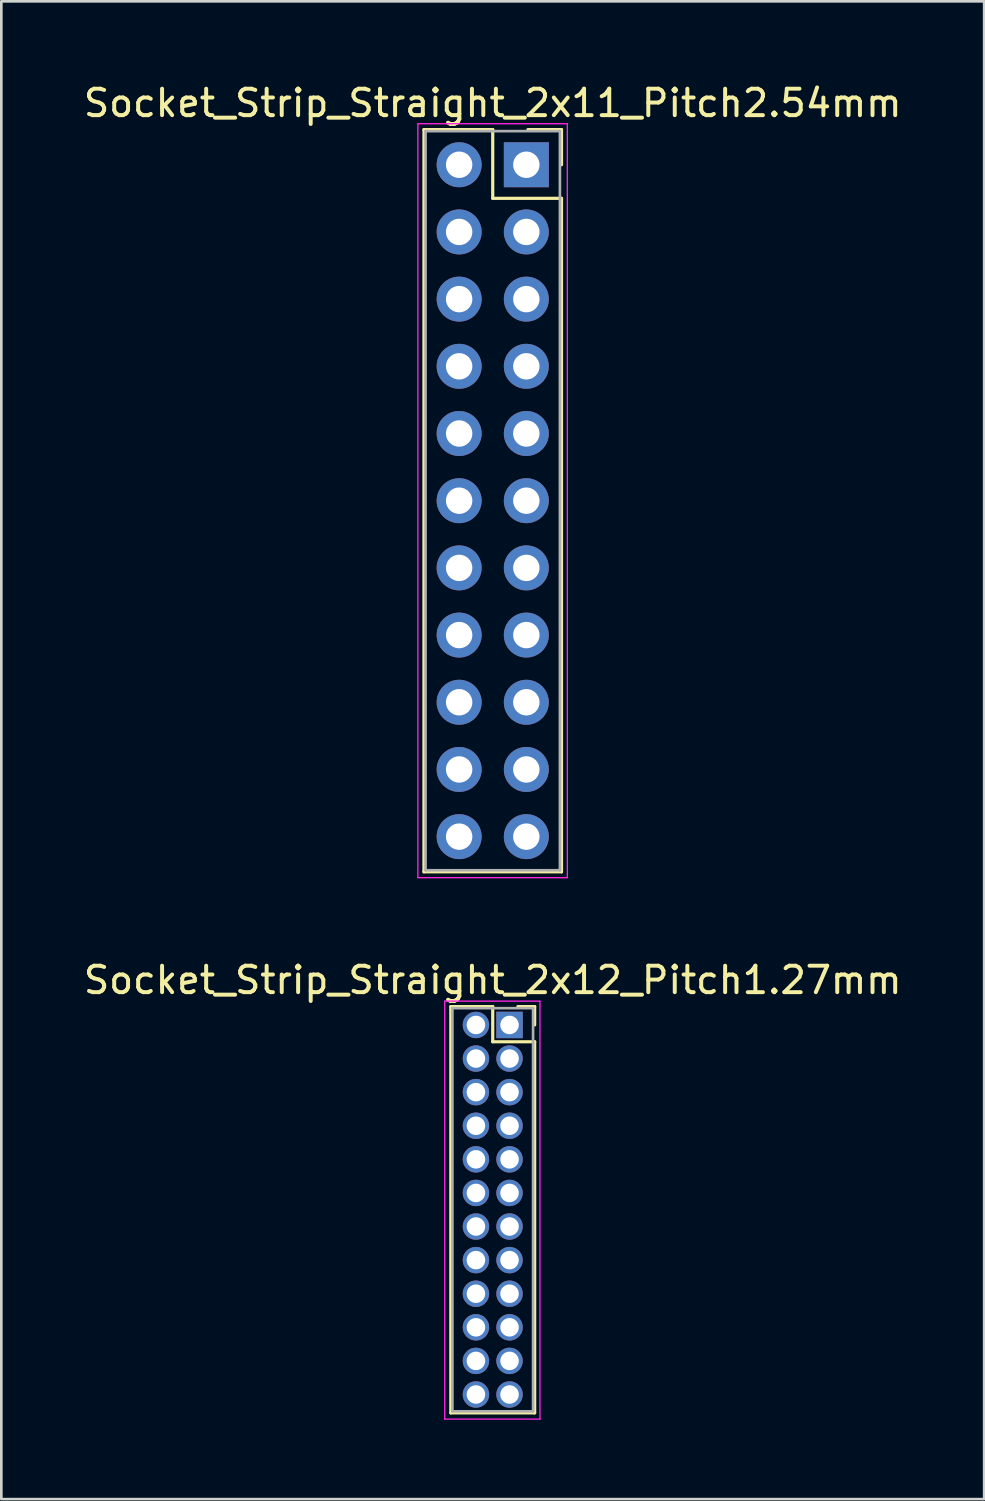
<source format=kicad_pcb>
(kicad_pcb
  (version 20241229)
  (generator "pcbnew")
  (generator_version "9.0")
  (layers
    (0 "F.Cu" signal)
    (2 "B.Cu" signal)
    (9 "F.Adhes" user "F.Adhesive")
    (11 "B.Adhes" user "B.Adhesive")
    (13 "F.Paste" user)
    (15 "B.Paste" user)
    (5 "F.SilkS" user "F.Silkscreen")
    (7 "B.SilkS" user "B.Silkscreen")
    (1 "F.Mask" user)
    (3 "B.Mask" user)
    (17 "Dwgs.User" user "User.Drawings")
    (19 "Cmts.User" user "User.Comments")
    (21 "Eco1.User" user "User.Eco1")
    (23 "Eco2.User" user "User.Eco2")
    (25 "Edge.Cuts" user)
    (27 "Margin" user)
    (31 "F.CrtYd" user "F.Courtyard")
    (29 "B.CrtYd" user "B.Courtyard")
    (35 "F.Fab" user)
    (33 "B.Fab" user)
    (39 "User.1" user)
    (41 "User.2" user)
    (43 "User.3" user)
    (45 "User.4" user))
  (footprint "Socket_Strip_Straight_2x11_Pitch2.54mm"
    (layer "F.Cu")
    (at 16.847 3.178)
    (property "Reference" "Socket_Strip_Straight_2x11_Pitch2.54mm" (at -1.27 -2.33 0) (layer "F.SilkS") (effects (font (size 1 1) (thickness 0.15))))
    (attr through_hole)
    (fp_line (start -3.87 -1.33) (end -1.27 -1.33) (stroke (width 0.12) (type solid)) (layer "F.SilkS"))
    (fp_line (start -3.87 26.73) (end -3.87 -1.33) (stroke (width 0.12) (type solid)) (layer "F.SilkS"))
    (fp_line (start -1.27 -1.33) (end -1.27 1.27) (stroke (width 0.12) (type solid)) (layer "F.SilkS"))
    (fp_line (start -1.27 1.27) (end 1.33 1.27) (stroke (width 0.12) (type solid)) (layer "F.SilkS"))
    (fp_line (start 1.33 -1.33) (end 0.06 -1.33) (stroke (width 0.12) (type solid)) (layer "F.SilkS"))
    (fp_line (start 1.33 0) (end 1.33 -1.33) (stroke (width 0.12) (type solid)) (layer "F.SilkS"))
    (fp_line (start 1.33 1.27) (end 1.33 26.73) (stroke (width 0.12) (type solid)) (layer "F.SilkS"))
    (fp_line (start 1.33 26.73) (end -3.87 26.73) (stroke (width 0.12) (type solid)) (layer "F.SilkS"))
    (fp_line (start -4.1 -1.55) (end -4.1 26.95) (stroke (width 0.05) (type solid)) (layer "F.CrtYd"))
    (fp_line (start -4.1 26.95) (end 1.55 26.95) (stroke (width 0.05) (type solid)) (layer "F.CrtYd"))
    (fp_line (start 1.55 -1.55) (end -4.1 -1.55) (stroke (width 0.05) (type solid)) (layer "F.CrtYd"))
    (fp_line (start 1.55 26.95) (end 1.55 -1.55) (stroke (width 0.05) (type solid)) (layer "F.CrtYd"))
    (fp_line (start -3.81 -1.27) (end -3.81 26.67) (stroke (width 0.1) (type solid)) (layer "F.Fab"))
    (fp_line (start -3.81 26.67) (end 1.27 26.67) (stroke (width 0.1) (type solid)) (layer "F.Fab"))
    (fp_line (start 1.27 -1.27) (end -3.81 -1.27) (stroke (width 0.1) (type solid)) (layer "F.Fab"))
    (fp_line (start 1.27 26.67) (end 1.27 -1.27) (stroke (width 0.1) (type solid)) (layer "F.Fab"))
    (pad "1" thru_hole rect (at 0 0) (size 1.7 1.7) (drill 1) (layers "*.Cu" "*.Mask"))
    (pad "2" thru_hole oval (at -2.54 0) (size 1.7 1.7) (drill 1) (layers "*.Cu" "*.Mask"))
    (pad "3" thru_hole oval (at 0 2.54) (size 1.7 1.7) (drill 1) (layers "*.Cu" "*.Mask"))
    (pad "4" thru_hole oval (at -2.54 2.54) (size 1.7 1.7) (drill 1) (layers "*.Cu" "*.Mask"))
    (pad "5" thru_hole oval (at 0 5.08) (size 1.7 1.7) (drill 1) (layers "*.Cu" "*.Mask"))
    (pad "6" thru_hole oval (at -2.54 5.08) (size 1.7 1.7) (drill 1) (layers "*.Cu" "*.Mask"))
    (pad "7" thru_hole oval (at 0 7.62) (size 1.7 1.7) (drill 1) (layers "*.Cu" "*.Mask"))
    (pad "8" thru_hole oval (at -2.54 7.62) (size 1.7 1.7) (drill 1) (layers "*.Cu" "*.Mask"))
    (pad "9" thru_hole oval (at 0 10.16) (size 1.7 1.7) (drill 1) (layers "*.Cu" "*.Mask"))
    (pad "10" thru_hole oval (at -2.54 10.16) (size 1.7 1.7) (drill 1) (layers "*.Cu" "*.Mask"))
    (pad "11" thru_hole oval (at 0 12.7) (size 1.7 1.7) (drill 1) (layers "*.Cu" "*.Mask"))
    (pad "12" thru_hole oval (at -2.54 12.7) (size 1.7 1.7) (drill 1) (layers "*.Cu" "*.Mask"))
    (pad "13" thru_hole oval (at 0 15.24) (size 1.7 1.7) (drill 1) (layers "*.Cu" "*.Mask"))
    (pad "14" thru_hole oval (at -2.54 15.24) (size 1.7 1.7) (drill 1) (layers "*.Cu" "*.Mask"))
    (pad "15" thru_hole oval (at 0 17.78) (size 1.7 1.7) (drill 1) (layers "*.Cu" "*.Mask"))
    (pad "16" thru_hole oval (at -2.54 17.78) (size 1.7 1.7) (drill 1) (layers "*.Cu" "*.Mask"))
    (pad "17" thru_hole oval (at 0 20.32) (size 1.7 1.7) (drill 1) (layers "*.Cu" "*.Mask"))
    (pad "18" thru_hole oval (at -2.54 20.32) (size 1.7 1.7) (drill 1) (layers "*.Cu" "*.Mask"))
    (pad "19" thru_hole oval (at 0 22.86) (size 1.7 1.7) (drill 1) (layers "*.Cu" "*.Mask"))
    (pad "20" thru_hole oval (at -2.54 22.86) (size 1.7 1.7) (drill 1) (layers "*.Cu" "*.Mask"))
    (pad "21" thru_hole oval (at 0 25.4) (size 1.7 1.7) (drill 1) (layers "*.Cu" "*.Mask"))
    (pad "22" thru_hole oval (at -2.54 25.4) (size 1.7 1.7) (drill 1) (layers "*.Cu" "*.Mask")))
  (footprint "Socket_Strip_Straight_2x12_Pitch1.27mm"
    (layer "F.Cu")
    (at 16.212 35.697)
    (property "Reference" "Socket_Strip_Straight_2x12_Pitch1.27mm" (at -0.635 -1.695 0) (layer "F.SilkS") (effects (font (size 1 1) (thickness 0.15))))
    (attr through_hole)
    (fp_line (start -2.22 -0.695) (end -0.635 -0.695) (stroke (width 0.12) (type solid)) (layer "F.SilkS"))
    (fp_line (start -2.22 14.665) (end -2.22 -0.695) (stroke (width 0.12) (type solid)) (layer "F.SilkS"))
    (fp_line (start -0.635 -0.695) (end -0.635 0.635) (stroke (width 0.12) (type solid)) (layer "F.SilkS"))
    (fp_line (start -0.635 0.635) (end 0.95 0.635) (stroke (width 0.12) (type solid)) (layer "F.SilkS"))
    (fp_line (start 0.95 -0.695) (end 0.315 -0.695) (stroke (width 0.12) (type solid)) (layer "F.SilkS"))
    (fp_line (start 0.95 0) (end 0.95 -0.695) (stroke (width 0.12) (type solid)) (layer "F.SilkS"))
    (fp_line (start 0.95 0.635) (end 0.95 14.665) (stroke (width 0.12) (type solid)) (layer "F.SilkS"))
    (fp_line (start 0.95 14.665) (end -2.22 14.665) (stroke (width 0.12) (type solid)) (layer "F.SilkS"))
    (fp_line (start -2.45 -0.9) (end -2.45 14.9) (stroke (width 0.05) (type solid)) (layer "F.CrtYd"))
    (fp_line (start -2.45 14.9) (end 1.15 14.9) (stroke (width 0.05) (type solid)) (layer "F.CrtYd"))
    (fp_line (start 1.15 -0.9) (end -2.45 -0.9) (stroke (width 0.05) (type solid)) (layer "F.CrtYd"))
    (fp_line (start 1.15 14.9) (end 1.15 -0.9) (stroke (width 0.05) (type solid)) (layer "F.CrtYd"))
    (fp_line (start -2.16 -0.635) (end -2.16 14.605) (stroke (width 0.1) (type solid)) (layer "F.Fab"))
    (fp_line (start -2.16 14.605) (end 0.89 14.605) (stroke (width 0.1) (type solid)) (layer "F.Fab"))
    (fp_line (start 0.89 -0.635) (end -2.16 -0.635) (stroke (width 0.1) (type solid)) (layer "F.Fab"))
    (fp_line (start 0.89 14.605) (end 0.89 -0.635) (stroke (width 0.1) (type solid)) (layer "F.Fab"))
    (pad "1" thru_hole rect (at 0 0) (size 1 1) (drill 0.7) (layers "*.Cu" "*.Mask"))
    (pad "2" thru_hole oval (at -1.27 0) (size 1 1) (drill 0.7) (layers "*.Cu" "*.Mask"))
    (pad "3" thru_hole oval (at 0 1.27) (size 1 1) (drill 0.7) (layers "*.Cu" "*.Mask"))
    (pad "4" thru_hole oval (at -1.27 1.27) (size 1 1) (drill 0.7) (layers "*.Cu" "*.Mask"))
    (pad "5" thru_hole oval (at 0 2.54) (size 1 1) (drill 0.7) (layers "*.Cu" "*.Mask"))
    (pad "6" thru_hole oval (at -1.27 2.54) (size 1 1) (drill 0.7) (layers "*.Cu" "*.Mask"))
    (pad "7" thru_hole oval (at 0 3.81) (size 1 1) (drill 0.7) (layers "*.Cu" "*.Mask"))
    (pad "8" thru_hole oval (at -1.27 3.81) (size 1 1) (drill 0.7) (layers "*.Cu" "*.Mask"))
    (pad "9" thru_hole oval (at 0 5.08) (size 1 1) (drill 0.7) (layers "*.Cu" "*.Mask"))
    (pad "10" thru_hole oval (at -1.27 5.08) (size 1 1) (drill 0.7) (layers "*.Cu" "*.Mask"))
    (pad "11" thru_hole oval (at 0 6.35) (size 1 1) (drill 0.7) (layers "*.Cu" "*.Mask"))
    (pad "12" thru_hole oval (at -1.27 6.35) (size 1 1) (drill 0.7) (layers "*.Cu" "*.Mask"))
    (pad "13" thru_hole oval (at 0 7.62) (size 1 1) (drill 0.7) (layers "*.Cu" "*.Mask"))
    (pad "14" thru_hole oval (at -1.27 7.62) (size 1 1) (drill 0.7) (layers "*.Cu" "*.Mask"))
    (pad "15" thru_hole oval (at 0 8.89) (size 1 1) (drill 0.7) (layers "*.Cu" "*.Mask"))
    (pad "16" thru_hole oval (at -1.27 8.89) (size 1 1) (drill 0.7) (layers "*.Cu" "*.Mask"))
    (pad "17" thru_hole oval (at 0 10.16) (size 1 1) (drill 0.7) (layers "*.Cu" "*.Mask"))
    (pad "18" thru_hole oval (at -1.27 10.16) (size 1 1) (drill 0.7) (layers "*.Cu" "*.Mask"))
    (pad "19" thru_hole oval (at 0 11.43) (size 1 1) (drill 0.7) (layers "*.Cu" "*.Mask"))
    (pad "20" thru_hole oval (at -1.27 11.43) (size 1 1) (drill 0.7) (layers "*.Cu" "*.Mask"))
    (pad "21" thru_hole oval (at 0 12.7) (size 1 1) (drill 0.7) (layers "*.Cu" "*.Mask"))
    (pad "22" thru_hole oval (at -1.27 12.7) (size 1 1) (drill 0.7) (layers "*.Cu" "*.Mask"))
    (pad "23" thru_hole oval (at 0 13.97) (size 1 1) (drill 0.7) (layers "*.Cu" "*.Mask"))
    (pad "24" thru_hole oval (at -1.27 13.97) (size 1 1) (drill 0.7) (layers "*.Cu" "*.Mask")))
  (gr_rect
    (start -3 -3)
    (end 34.155 53.621)
    (stroke (width 0.1) (type default))
    (fill no)
    (layer "Edge.Cuts")))
</source>
